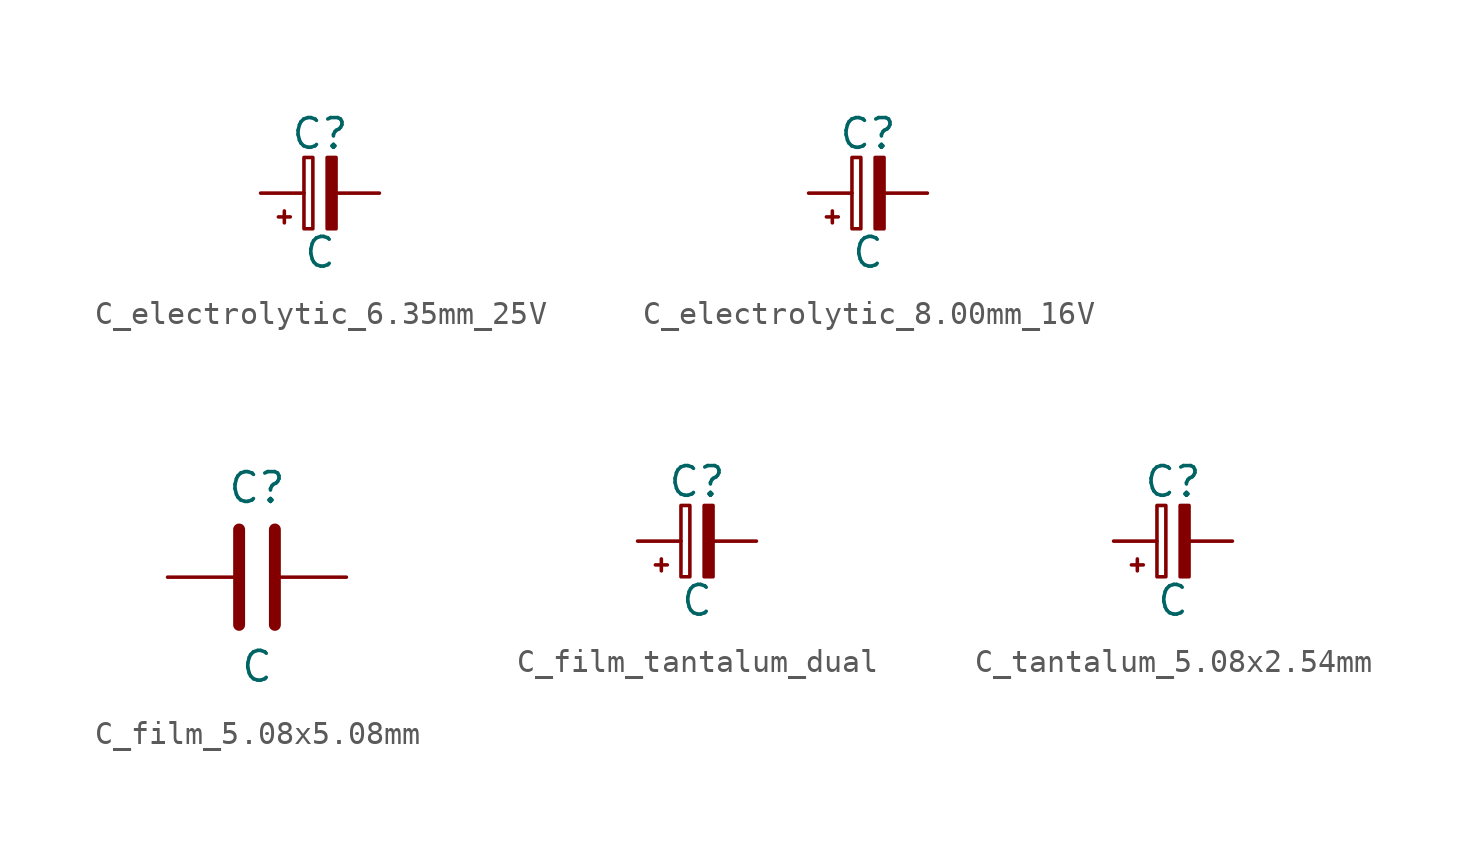
<source format=kicad_sym>
(kicad_symbol_lib
  (version 20241209)
  (generator "kicad_symbol_editor")
  (generator_version "9.0")
  (symbol "C_electrolytic_6.35mm_25V"
    (pin_numbers
      (hide yes))
    (pin_names
      (offset 0.254)
      (hide yes))
    (property "Reference" "C"
      (at 0 2.54 0)
      (effects (font (size 1.27 1.27))))
    (property "Value" "C"
      (at 0 -2.54 0)
      (effects (font (size 1.27 1.27))))
    (symbol "C_electrolytic_6.35mm_25V_0_1"
      (polyline (pts (xy -1.524 -1.27) (xy -1.524 -0.762)) (stroke (width 0) (type default)) (fill (type none)))
      (polyline (pts (xy -1.27 -1.016) (xy -1.778 -1.016)) (stroke (width 0) (type default)) (fill (type none)))
      (rectangle (start -0.686 -1.524) (end -0.305 1.524) (stroke (width 0) (type default)) (fill (type none)))
      (rectangle (start 0.305 -1.524) (end 0.686 1.524) (stroke (width 0) (type default)) (fill (type outline))))
    (symbol "C_electrolytic_6.35mm_25V_1_1"
      (pin passive line (at -2.54 0 0) (length 1.854) (name "~" (effects (font (size 1.27 1.27)))) (number "1" (effects (font (size 1.27 1.27)))))
      (pin passive line (at 2.54 0 180) (length 1.854) (name "~" (effects (font (size 1.27 1.27)))) (number "2" (effects (font (size 1.27 1.27)))))))
  (symbol "C_electrolytic_8.00mm_16V"
    (pin_numbers
      (hide yes))
    (pin_names
      (offset 0.254)
      (hide yes))
    (property "Reference" "C"
      (at 0 2.54 0)
      (effects (font (size 1.27 1.27))))
    (property "Value" "C"
      (at 0 -2.54 0)
      (effects (font (size 1.27 1.27))))
    (symbol "C_electrolytic_8.00mm_16V_0_1"
      (polyline (pts (xy -1.524 -1.27) (xy -1.524 -0.762)) (stroke (width 0) (type default)) (fill (type none)))
      (polyline (pts (xy -1.27 -1.016) (xy -1.778 -1.016)) (stroke (width 0) (type default)) (fill (type none)))
      (rectangle (start -0.686 -1.524) (end -0.305 1.524) (stroke (width 0) (type default)) (fill (type none)))
      (rectangle (start 0.305 -1.524) (end 0.686 1.524) (stroke (width 0) (type default)) (fill (type outline))))
    (symbol "C_electrolytic_8.00mm_16V_1_1"
      (pin passive line (at -2.54 0 0) (length 1.854) (name "~" (effects (font (size 1.27 1.27)))) (number "1" (effects (font (size 1.27 1.27)))))
      (pin passive line (at 2.54 0 180) (length 1.854) (name "~" (effects (font (size 1.27 1.27)))) (number "2" (effects (font (size 1.27 1.27)))))))
  (symbol "C_film_5.08x5.08mm"
    (pin_numbers
      (hide yes))
    (pin_names
      (offset 0.254))
    (property "Reference" "C"
      (at 0 3.81 0)
      (effects (font (size 1.27 1.27))))
    (property "Value" "C"
      (at 0 -3.81 0)
      (effects (font (size 1.27 1.27))))
    (symbol "C_film_5.08x5.08mm_0_1"
      (polyline (pts (xy -0.762 -2.032) (xy -0.762 2.032)) (stroke (width 0.508) (type default)) (fill (type none)))
      (polyline (pts (xy 0.762 -2.032) (xy 0.762 2.032)) (stroke (width 0.508) (type default)) (fill (type none))))
    (symbol "C_film_5.08x5.08mm_1_1"
      (pin passive line (at -3.81 0 0) (length 2.794) (name "~" (effects (font (size 1.27 1.27)))) (number "1" (effects (font (size 1.27 1.27)))))
      (pin passive line (at 3.81 0 180) (length 2.794) (name "~" (effects (font (size 1.27 1.27)))) (number "2" (effects (font (size 1.27 1.27)))))))
  (symbol "C_film_tantalum_dual"
    (pin_numbers
      (hide yes))
    (pin_names
      (offset 0.254)
      (hide yes))
    (property "Reference" "C"
      (at 0 2.54 0)
      (effects (font (size 1.27 1.27))))
    (property "Value" "C"
      (at 0 -2.54 0)
      (effects (font (size 1.27 1.27))))
    (symbol "C_film_tantalum_dual_0_1"
      (polyline (pts (xy -1.524 -1.27) (xy -1.524 -0.762)) (stroke (width 0) (type default)) (fill (type none)))
      (polyline (pts (xy -1.27 -1.016) (xy -1.778 -1.016)) (stroke (width 0) (type default)) (fill (type none)))
      (rectangle (start -0.686 -1.524) (end -0.305 1.524) (stroke (width 0) (type default)) (fill (type none)))
      (rectangle (start 0.305 -1.524) (end 0.686 1.524) (stroke (width 0) (type default)) (fill (type outline))))
    (symbol "C_film_tantalum_dual_1_1"
      (pin passive line (at -2.54 0 0) (length 1.854) (name "~" (effects (font (size 1.27 1.27)))) (number "1" (effects (font (size 1.27 1.27)))))
      (pin passive line (at 2.54 0 180) (length 1.854) (name "~" (effects (font (size 1.27 1.27)))) (number "2" (effects (font (size 1.27 1.27)))))))
  (symbol "C_tantalum_5.08x2.54mm"
    (pin_numbers
      (hide yes))
    (pin_names
      (offset 0.254)
      (hide yes))
    (property "Reference" "C"
      (at 0 2.54 0)
      (effects (font (size 1.27 1.27))))
    (property "Value" "C"
      (at 0 -2.54 0)
      (effects (font (size 1.27 1.27))))
    (symbol "C_tantalum_5.08x2.54mm_0_1"
      (polyline (pts (xy -1.524 -1.27) (xy -1.524 -0.762)) (stroke (width 0) (type default)) (fill (type none)))
      (polyline (pts (xy -1.27 -1.016) (xy -1.778 -1.016)) (stroke (width 0) (type default)) (fill (type none)))
      (rectangle (start -0.686 -1.524) (end -0.305 1.524) (stroke (width 0) (type default)) (fill (type none)))
      (rectangle (start 0.305 -1.524) (end 0.686 1.524) (stroke (width 0) (type default)) (fill (type outline))))
    (symbol "C_tantalum_5.08x2.54mm_1_1"
      (pin passive line (at -2.54 0 0) (length 1.854) (name "~" (effects (font (size 1.27 1.27)))) (number "1" (effects (font (size 1.27 1.27)))))
      (pin passive line (at 2.54 0 180) (length 1.854) (name "~" (effects (font (size 1.27 1.27)))) (number "2" (effects (font (size 1.27 1.27))))))))
</source>
